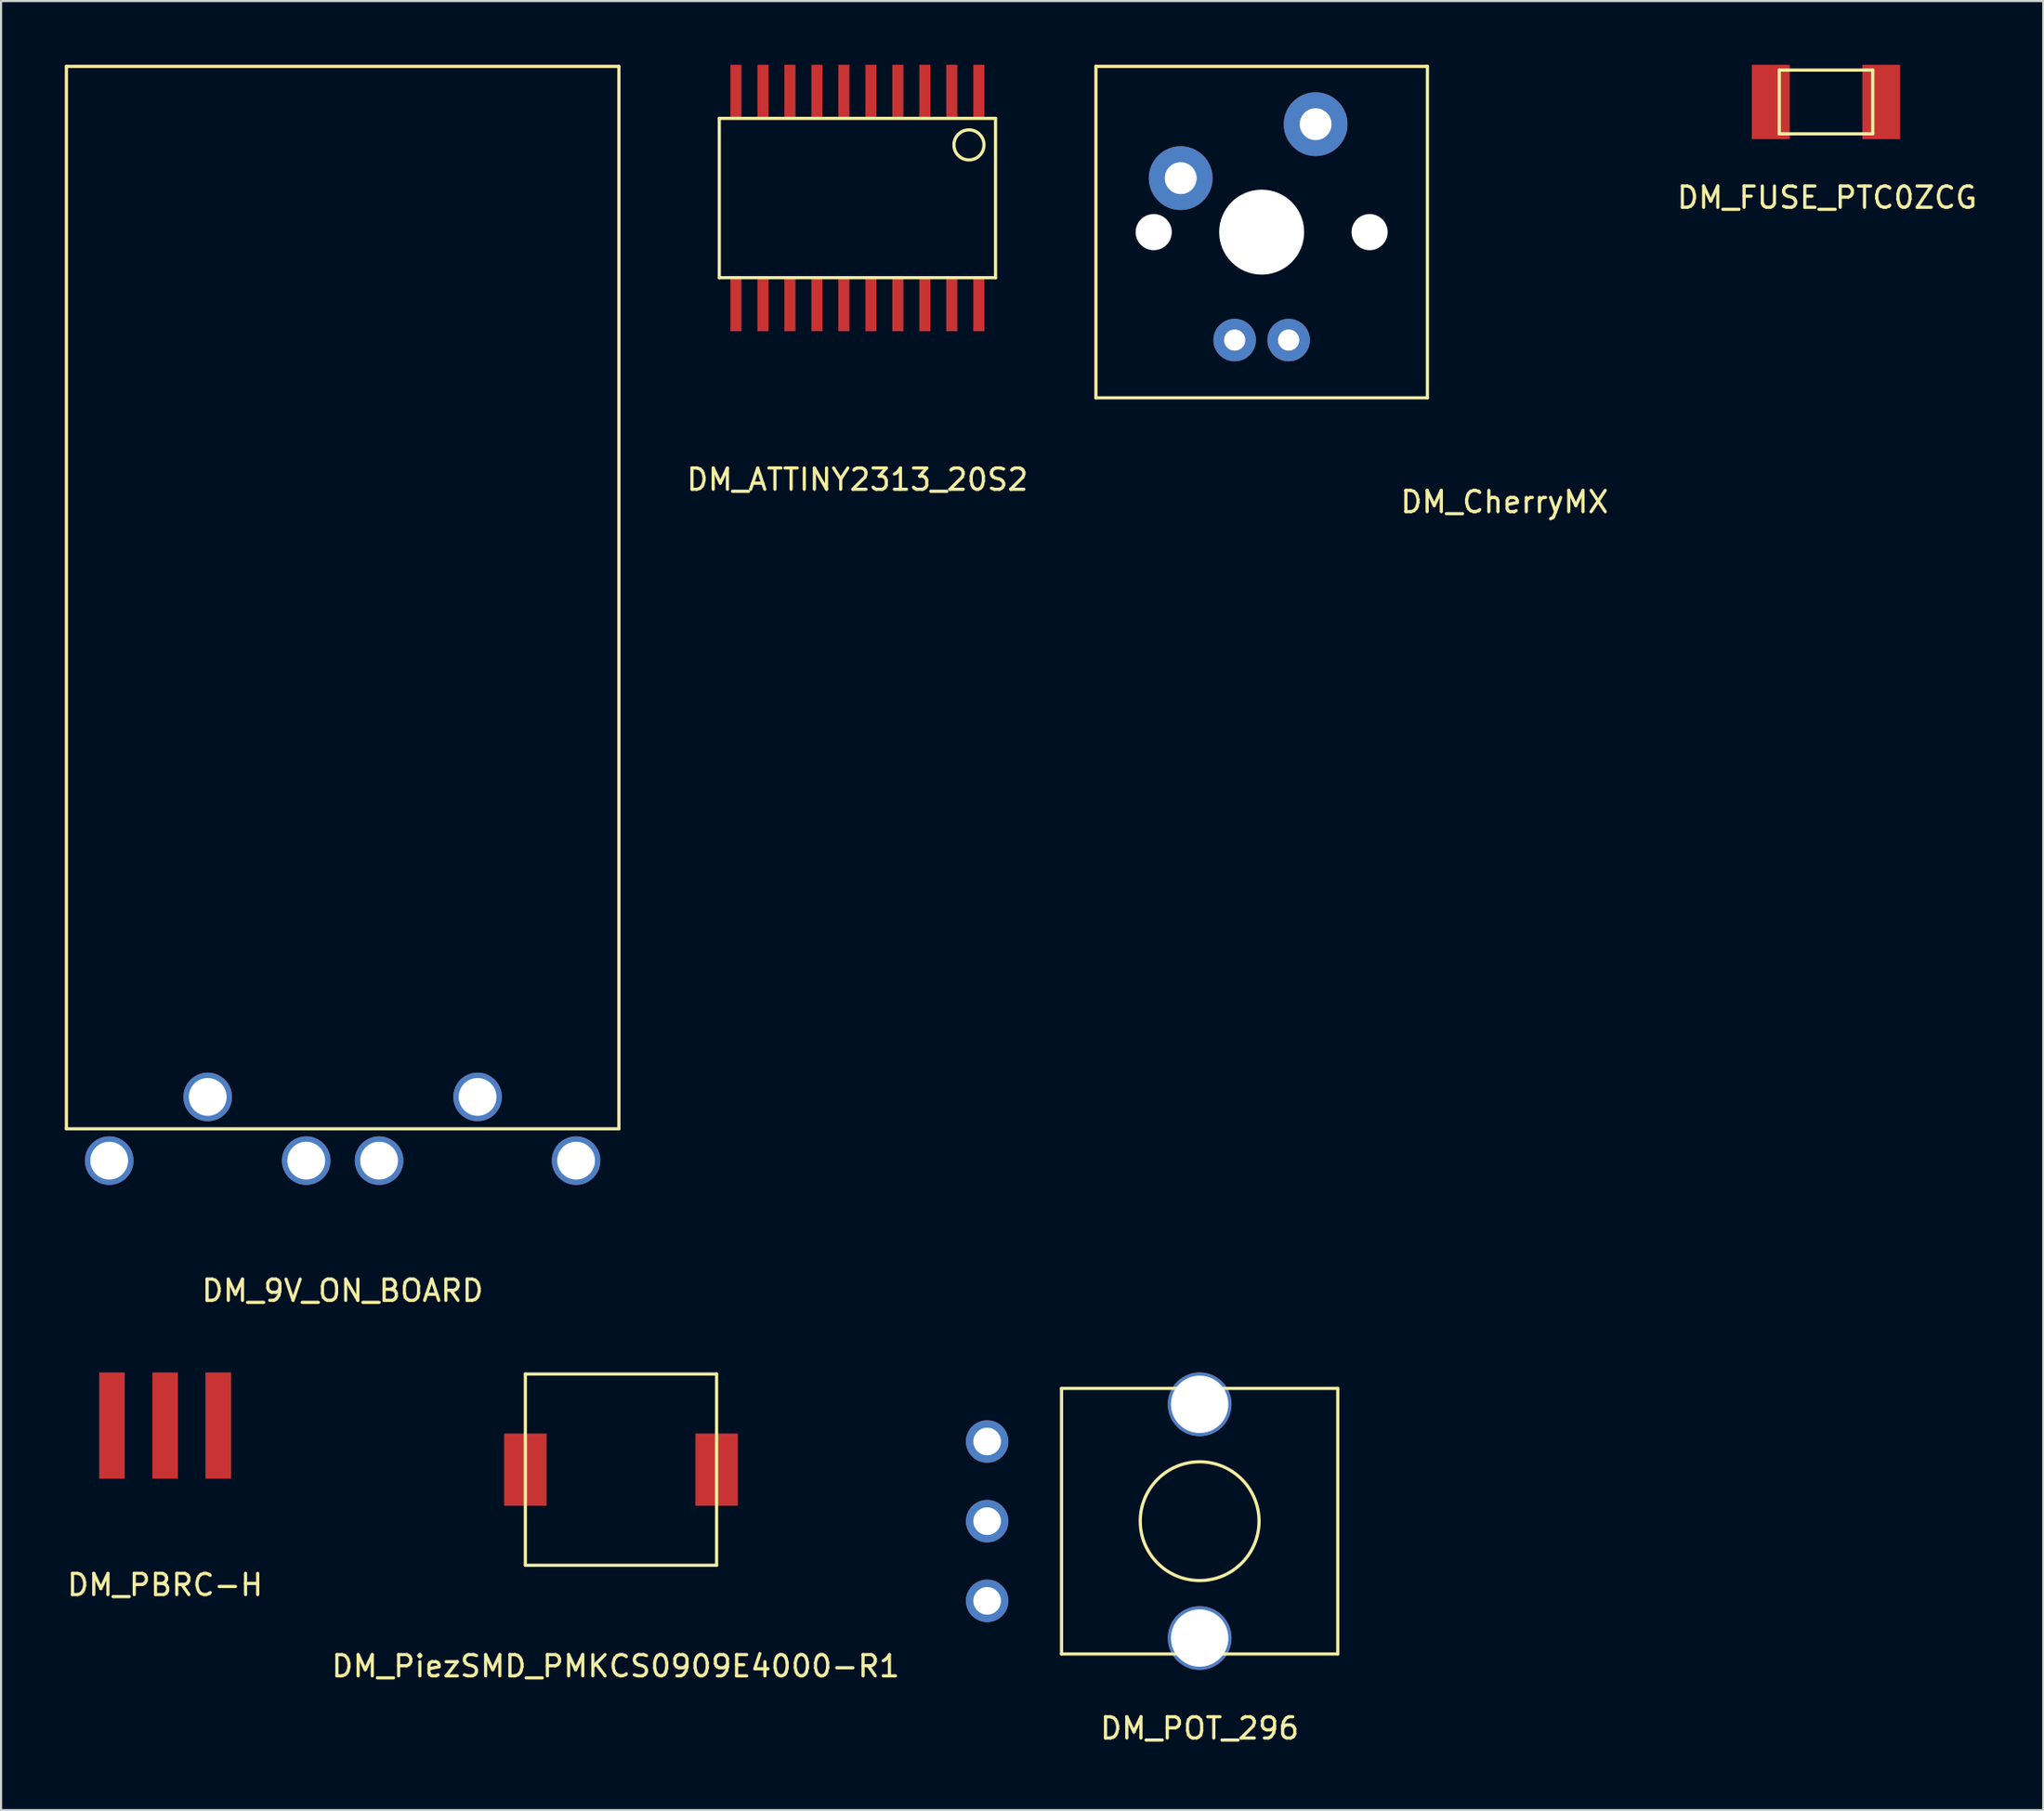
<source format=kicad_pcb>
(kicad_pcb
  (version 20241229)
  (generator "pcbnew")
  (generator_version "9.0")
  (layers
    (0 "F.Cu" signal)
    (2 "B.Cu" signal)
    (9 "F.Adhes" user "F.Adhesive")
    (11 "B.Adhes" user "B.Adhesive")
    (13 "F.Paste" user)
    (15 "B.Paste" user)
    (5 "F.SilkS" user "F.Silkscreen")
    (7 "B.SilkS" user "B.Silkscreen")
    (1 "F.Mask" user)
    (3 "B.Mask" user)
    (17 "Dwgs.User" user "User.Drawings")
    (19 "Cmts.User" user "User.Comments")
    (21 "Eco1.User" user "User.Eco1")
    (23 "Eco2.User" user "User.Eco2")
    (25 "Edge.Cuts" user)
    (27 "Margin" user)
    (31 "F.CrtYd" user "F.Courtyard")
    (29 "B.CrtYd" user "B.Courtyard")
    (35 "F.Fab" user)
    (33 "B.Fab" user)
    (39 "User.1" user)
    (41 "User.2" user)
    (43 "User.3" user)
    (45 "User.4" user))
  (footprint "DM_POT_296"
    (layer "F.Cu")
    (at 53.405 68.543)
    (property "Reference" "DM_POT_296" (at 0 9.75 0) (layer "F.SilkS") (effects (font (size 1 1) (thickness 0.15))))
    (attr through_hole)
    (fp_line (start -6.5 -6.25) (end -6.5 6.25) (stroke (width 0.15) (type solid)) (layer "F.SilkS"))
    (fp_line (start -6.5 6.25) (end 6.5 6.25) (stroke (width 0.15) (type solid)) (layer "F.SilkS"))
    (fp_line (start 6.5 -6.25) (end -6.5 -6.25) (stroke (width 0.15) (type solid)) (layer "F.SilkS"))
    (fp_line (start 6.5 6.25) (end 6.5 -6.25) (stroke (width 0.15) (type solid)) (layer "F.SilkS"))
    (fp_circle (center 0 0) (end 2.5 -1.25) (stroke (width 0.15) (type solid)) (fill no) (layer "F.SilkS"))
    (pad "" thru_hole circle (at 0 -5.5) (size 3 3) (drill 2.7) (layers "*.Cu" "*.Mask"))
    (pad "" thru_hole circle (at 0 5.5) (size 3 3) (drill 2.7) (layers "*.Cu" "*.Mask"))
    (pad "1" thru_hole circle (at -10 -3.75) (size 2 2) (drill 1.3) (layers "*.Cu" "*.Mask"))
    (pad "2" thru_hole circle (at -10 0) (size 2 2) (drill 1.3) (layers "*.Cu" "*.Mask"))
    (pad "3" thru_hole circle (at -10 3.75) (size 2 2) (drill 1.3) (layers "*.Cu" "*.Mask")))
  (footprint "DM_ATTINY2313_20S2"
    (layer "F.Cu")
    (at 37.299 6.27)
    (property "Reference" "DM_ATTINY2313_20S2" (at 0 13.25 0) (layer "F.SilkS") (effects (font (size 1 1) (thickness 0.15))))
    (attr through_hole)
    (fp_line (start -6.5 -3.75) (end -6.5 3.75) (stroke (width 0.15) (type solid)) (layer "F.SilkS"))
    (fp_line (start -6.5 3.75) (end 6.5 3.75) (stroke (width 0.15) (type solid)) (layer "F.SilkS"))
    (fp_line (start 6.5 -3.75) (end -6.5 -3.75) (stroke (width 0.15) (type solid)) (layer "F.SilkS"))
    (fp_line (start 6.5 3.75) (end 6.5 -3.75) (stroke (width 0.15) (type solid)) (layer "F.SilkS"))
    (fp_circle (center 5.25 -2.5) (end 5.75 -3) (stroke (width 0.15) (type solid)) (fill no) (layer "F.SilkS"))
    (pad "1" smd rect (at 5.715 -5) (size 0.52 2.54) (layers "F.Cu" "F.Mask" "F.Paste"))
    (pad "2" smd rect (at 4.445 -5) (size 0.52 2.54) (layers "F.Cu" "F.Mask" "F.Paste"))
    (pad "3" smd rect (at 3.175 -5) (size 0.52 2.54) (layers "F.Cu" "F.Mask" "F.Paste"))
    (pad "4" smd rect (at 1.905 -5) (size 0.52 2.54) (layers "F.Cu" "F.Mask" "F.Paste"))
    (pad "5" smd rect (at 0.635 -5) (size 0.52 2.54) (layers "F.Cu" "F.Mask" "F.Paste"))
    (pad "6" smd rect (at -0.635 -5) (size 0.52 2.54) (layers "F.Cu" "F.Mask" "F.Paste"))
    (pad "7" smd rect (at -1.905 -5) (size 0.52 2.54) (layers "F.Cu" "F.Mask" "F.Paste"))
    (pad "8" smd rect (at -3.175 -5) (size 0.52 2.54) (layers "F.Cu" "F.Mask" "F.Paste"))
    (pad "9" smd rect (at -4.445 -5) (size 0.52 2.54) (layers "F.Cu" "F.Mask" "F.Paste"))
    (pad "10" smd rect (at -5.715 -5) (size 0.52 2.54) (layers "F.Cu" "F.Mask" "F.Paste"))
    (pad "11" smd rect (at -5.715 5) (size 0.52 2.54) (layers "F.Cu" "F.Mask" "F.Paste"))
    (pad "12" smd rect (at -4.445 5) (size 0.52 2.54) (layers "F.Cu" "F.Mask" "F.Paste"))
    (pad "13" smd rect (at -3.175 5) (size 0.52 2.54) (layers "F.Cu" "F.Mask" "F.Paste"))
    (pad "14" smd rect (at -1.905 5) (size 0.52 2.54) (layers "F.Cu" "F.Mask" "F.Paste"))
    (pad "15" smd rect (at -0.635 5) (size 0.52 2.54) (layers "F.Cu" "F.Mask" "F.Paste"))
    (pad "16" smd rect (at 0.635 5) (size 0.52 2.54) (layers "F.Cu" "F.Mask" "F.Paste"))
    (pad "17" smd rect (at 1.905 5) (size 0.52 2.54) (layers "F.Cu" "F.Mask" "F.Paste"))
    (pad "18" smd rect (at 3.175 5) (size 0.52 2.54) (layers "F.Cu" "F.Mask" "F.Paste"))
    (pad "19" smd rect (at 4.445 5) (size 0.52 2.54) (layers "F.Cu" "F.Mask" "F.Paste"))
    (pad "20" smd rect (at 5.715 5) (size 0.52 2.54) (layers "F.Cu" "F.Mask" "F.Paste")))
  (footprint "DM_CherryMX"
    (layer "F.Cu")
    (at 56.323 7.875)
    (property "Reference" "DM_CherryMX" (at 11.43 12.7 0) (layer "F.SilkS") (effects (font (size 1 1) (thickness 0.15))))
    (attr through_hole)
    (fp_line (start -7.8 -7.8) (end -7.8 7.8) (stroke (width 0.15) (type solid)) (layer "F.SilkS"))
    (fp_line (start -7.8 7.8) (end 7.8 7.8) (stroke (width 0.15) (type solid)) (layer "F.SilkS"))
    (fp_line (start 7.8 -7.8) (end -7.8 -7.8) (stroke (width 0.15) (type solid)) (layer "F.SilkS"))
    (fp_line (start 7.8 7.8) (end 7.8 -7.8) (stroke (width 0.15) (type solid)) (layer "F.SilkS"))
    (pad "" np_thru_hole circle (at -5.08 0) (size 1.7 1.7) (drill 1.7) (layers "*.Cu" "*.Mask"))
    (pad "" np_thru_hole circle (at 0 0) (size 4 4) (drill 4) (layers "*.Cu" "*.Mask"))
    (pad "" np_thru_hole circle (at 5.08 0) (size 1.7 1.7) (drill 1.7) (layers "*.Cu" "*.Mask"))
    (pad "1" thru_hole circle (at 2.54 -5.08) (size 3 3) (drill 1.5) (layers "*.Cu" "*.Mask"))
    (pad "2" thru_hole circle (at -3.81 -2.54) (size 3 3) (drill 1.5) (layers "*.Cu" "*.Mask"))
    (pad "3" thru_hole circle (at -1.27 5.08) (size 2 2) (drill 1) (layers "*.Cu" "*.Mask"))
    (pad "4" thru_hole circle (at 1.27 5.08) (size 2 2) (drill 1) (layers "*.Cu" "*.Mask")))
  (footprint "DM_FUSE_PTC0ZCG"
    (layer "F.Cu")
    (at 82.881 1.75)
    (property "Reference" "DM_FUSE_PTC0ZCG" (at 0.05 4.5 0) (layer "F.SilkS") (effects (font (size 1 1) (thickness 0.15))))
    (attr through_hole)
    (fp_line (start -2.2 -1.5) (end -2.2 1.5) (stroke (width 0.15) (type solid)) (layer "F.SilkS"))
    (fp_line (start -2.2 1.5) (end 2.2 1.5) (stroke (width 0.15) (type solid)) (layer "F.SilkS"))
    (fp_line (start 2.2 -1.5) (end -2.2 -1.5) (stroke (width 0.15) (type solid)) (layer "F.SilkS"))
    (fp_line (start 2.2 1.5) (end 2.2 -1.5) (stroke (width 0.15) (type solid)) (layer "F.SilkS"))
    (pad "1" smd rect (at 2.6 0) (size 1.78 3.5) (layers "F.Cu" "F.Mask" "F.Paste"))
    (pad "2" smd rect (at -2.6 0) (size 1.78 3.5) (layers "F.Cu" "F.Mask" "F.Paste")))
  (footprint "DM_PBRC-H"
    (layer "F.Cu")
    (at 4.72 64.043)
    (property "Reference" "DM_PBRC-H" (at 0 7.5 0) (layer "F.SilkS") (effects (font (size 1 1) (thickness 0.15))))
    (attr through_hole)
    (pad "1" smd rect (at -2.5 0) (size 1.2 5) (layers "F.Cu" "F.Mask" "F.Paste"))
    (pad "2" smd rect (at 0 0) (size 1.2 5) (layers "F.Cu" "F.Mask" "F.Paste"))
    (pad "3" smd rect (at 2.5 0) (size 1.2 5) (layers "F.Cu" "F.Mask" "F.Paste")))
  (footprint "DM_9V_ON_BOARD"
    (layer "F.Cu")
    (at 13.075 50.075)
    (property "Reference" "DM_9V_ON_BOARD" (at 0 7.62 0) (layer "F.SilkS") (effects (font (size 1 1) (thickness 0.15))))
    (attr through_hole)
    (fp_line (start -13 -50) (end -13 0) (stroke (width 0.15) (type solid)) (layer "F.SilkS"))
    (fp_line (start -13 0) (end 13 0) (stroke (width 0.15) (type solid)) (layer "F.SilkS"))
    (fp_line (start 13 -50) (end -13 -50) (stroke (width 0.15) (type solid)) (layer "F.SilkS"))
    (fp_line (start 13 0) (end 13 -50) (stroke (width 0.15) (type solid)) (layer "F.SilkS"))
    (pad "1" thru_hole circle (at -10.986 1.499) (size 2.286 2.286) (drill 1.778) (layers "*.Cu" "*.Mask"))
    (pad "1" thru_hole circle (at -6.35 -1.499) (size 2.286 2.286) (drill 1.778) (layers "*.Cu" "*.Mask"))
    (pad "1" thru_hole circle (at -1.714 1.499) (size 2.286 2.286) (drill 1.778) (layers "*.Cu" "*.Mask"))
    (pad "2" thru_hole circle (at 1.714 1.499) (size 2.286 2.286) (drill 1.778) (layers "*.Cu" "*.Mask"))
    (pad "2" thru_hole circle (at 6.35 -1.499) (size 2.286 2.286) (drill 1.778) (layers "*.Cu" "*.Mask"))
    (pad "2" thru_hole circle (at 10.986 1.499) (size 2.286 2.286) (drill 1.778) (layers "*.Cu" "*.Mask")))
  (footprint "DM_PiezSMD_PMKCS0909E4000-R1"
    (layer "F.Cu")
    (at 26.173 66.118)
    (property "Reference" "DM_PiezSMD_PMKCS0909E4000-R1" (at -0.25 9.25 0) (layer "F.SilkS") (effects (font (size 1 1) (thickness 0.15))))
    (attr through_hole)
    (fp_line (start -4.5 -4.5) (end -4.5 4.5) (stroke (width 0.15) (type solid)) (layer "F.SilkS"))
    (fp_line (start -4.5 4.5) (end 4.5 4.5) (stroke (width 0.15) (type solid)) (layer "F.SilkS"))
    (fp_line (start 4.5 -4.5) (end -4.5 -4.5) (stroke (width 0.15) (type solid)) (layer "F.SilkS"))
    (fp_line (start 4.5 4.5) (end 4.5 -4.5) (stroke (width 0.15) (type solid)) (layer "F.SilkS"))
    (pad "1" smd rect (at 4.5 0) (size 2 3.4) (layers "F.Cu" "F.Mask" "F.Paste"))
    (pad "2" smd rect (at -4.5 0) (size 2 3.4) (layers "F.Cu" "F.Mask" "F.Paste")))
  (gr_rect
    (start -3 -3)
    (end 93.104 82.141)
    (stroke (width 0.1) (type default))
    (fill no)
    (layer "Edge.Cuts")))
</source>
